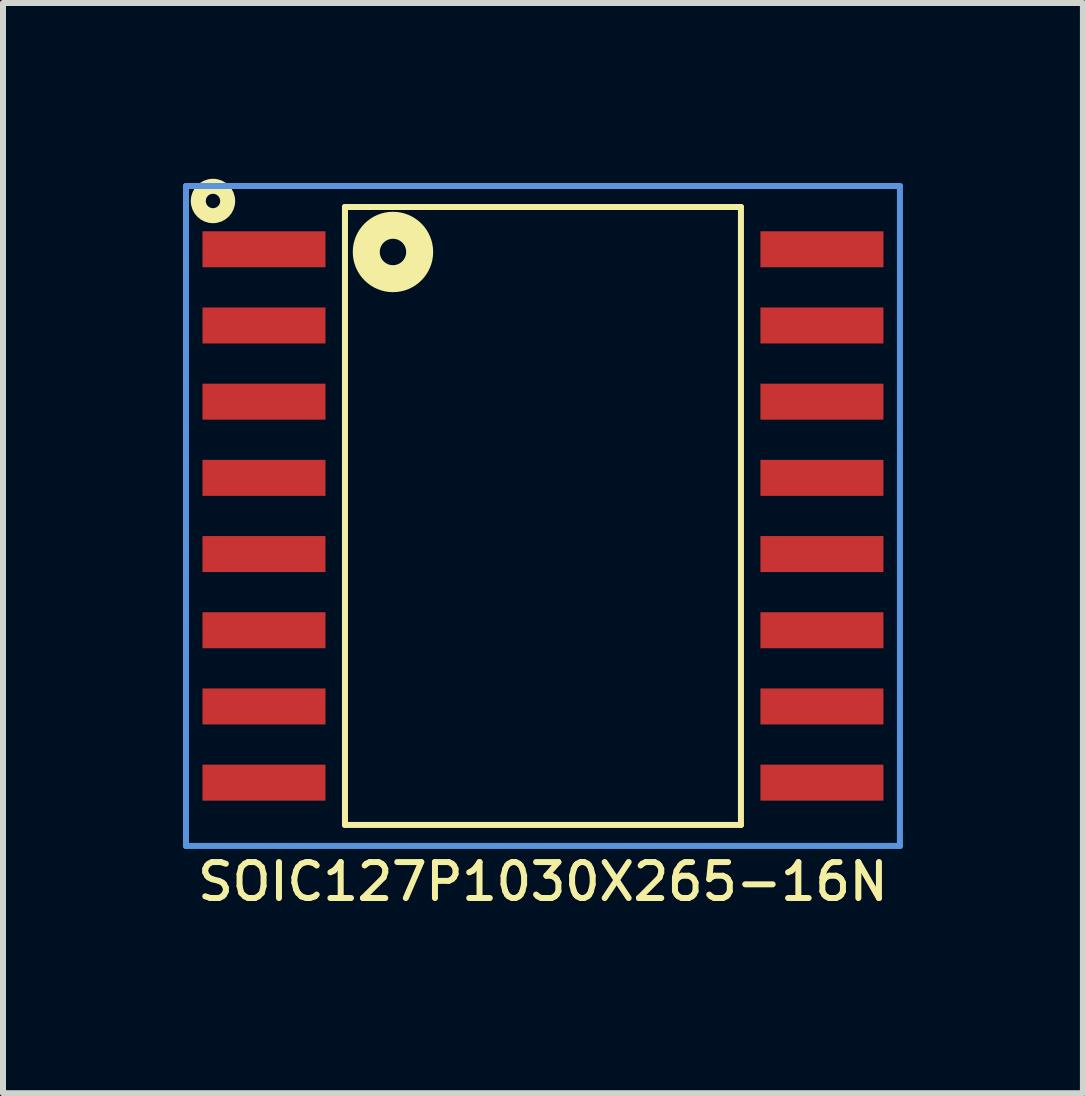
<source format=kicad_pcb>
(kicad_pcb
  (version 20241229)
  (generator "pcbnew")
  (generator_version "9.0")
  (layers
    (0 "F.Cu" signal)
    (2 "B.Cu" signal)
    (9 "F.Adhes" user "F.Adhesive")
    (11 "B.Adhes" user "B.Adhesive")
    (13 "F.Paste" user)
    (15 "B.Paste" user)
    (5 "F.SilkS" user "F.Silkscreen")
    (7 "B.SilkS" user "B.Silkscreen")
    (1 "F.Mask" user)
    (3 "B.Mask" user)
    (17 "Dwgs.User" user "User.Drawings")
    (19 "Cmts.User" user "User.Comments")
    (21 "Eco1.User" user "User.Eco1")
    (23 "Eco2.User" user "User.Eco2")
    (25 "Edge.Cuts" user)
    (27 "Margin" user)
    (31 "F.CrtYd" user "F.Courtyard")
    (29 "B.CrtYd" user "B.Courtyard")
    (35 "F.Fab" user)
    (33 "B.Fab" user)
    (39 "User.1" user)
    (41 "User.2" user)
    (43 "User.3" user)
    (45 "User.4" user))
  (footprint "SOIC127P1030X265-16N"
    (layer "F.Cu")
    (at 6 5.55)
    (property "Reference" "SOIC127P1030X265-16N" (at 0 6.096 0) (layer "F.SilkS") (effects (font (size 0.6 0.6) (thickness 0.1))))
    (attr through_hole)
    (fp_line (start -3.3 -5.15) (end 3.3 -5.15) (stroke (width 0.1) (type solid)) (layer "F.SilkS"))
    (fp_line (start -3.3 5.15) (end -3.3 -5.15) (stroke (width 0.1) (type solid)) (layer "F.SilkS"))
    (fp_line (start 3.3 -5.15) (end 3.3 5.15) (stroke (width 0.1) (type solid)) (layer "F.SilkS"))
    (fp_line (start 3.3 5.15) (end -3.3 5.15) (stroke (width 0.1) (type solid)) (layer "F.SilkS"))
    (fp_circle (center -5.5 -5.25) (end -5.38 -5.25) (stroke (width 0.25) (type solid)) (fill no) (layer "F.SilkS"))
    (fp_circle (center -2.5 -4.4) (end -2.28 -4.4) (stroke (width 0.45) (type solid)) (fill no) (layer "F.SilkS"))
    (fp_line (start -5.95 -5.5) (end 5.95 -5.5) (stroke (width 0.1) (type solid)) (layer "Cmts.User"))
    (fp_line (start -5.95 5.5) (end -5.95 -5.5) (stroke (width 0.1) (type solid)) (layer "Cmts.User"))
    (fp_line (start 5.95 -5.5) (end 5.95 5.5) (stroke (width 0.1) (type solid)) (layer "Cmts.User"))
    (fp_line (start 5.95 5.5) (end -5.95 5.5) (stroke (width 0.1) (type solid)) (layer "Cmts.User"))
    (pad "1" smd rect (at -4.65 -4.445) (size 2.05 0.6) (layers "F.Cu" "F.Mask" "F.Paste"))
    (pad "2" smd rect (at -4.65 -3.175) (size 2.05 0.6) (layers "F.Cu" "F.Mask" "F.Paste"))
    (pad "3" smd rect (at -4.65 -1.905) (size 2.05 0.6) (layers "F.Cu" "F.Mask" "F.Paste"))
    (pad "4" smd rect (at -4.65 -0.635) (size 2.05 0.6) (layers "F.Cu" "F.Mask" "F.Paste"))
    (pad "5" smd rect (at -4.65 0.635) (size 2.05 0.6) (layers "F.Cu" "F.Mask" "F.Paste"))
    (pad "6" smd rect (at -4.65 1.905) (size 2.05 0.6) (layers "F.Cu" "F.Mask" "F.Paste"))
    (pad "7" smd rect (at -4.65 3.175) (size 2.05 0.6) (layers "F.Cu" "F.Mask" "F.Paste"))
    (pad "8" smd rect (at -4.65 4.445) (size 2.05 0.6) (layers "F.Cu" "F.Mask" "F.Paste"))
    (pad "9" smd rect (at 4.65 4.445) (size 2.05 0.6) (layers "F.Cu" "F.Mask" "F.Paste"))
    (pad "10" smd rect (at 4.65 3.175) (size 2.05 0.6) (layers "F.Cu" "F.Mask" "F.Paste"))
    (pad "11" smd rect (at 4.65 1.905) (size 2.05 0.6) (layers "F.Cu" "F.Mask" "F.Paste"))
    (pad "12" smd rect (at 4.65 0.635) (size 2.05 0.6) (layers "F.Cu" "F.Mask" "F.Paste"))
    (pad "13" smd rect (at 4.65 -0.635) (size 2.05 0.6) (layers "F.Cu" "F.Mask" "F.Paste"))
    (pad "14" smd rect (at 4.65 -1.905) (size 2.05 0.6) (layers "F.Cu" "F.Mask" "F.Paste"))
    (pad "15" smd rect (at 4.65 -3.175) (size 2.05 0.6) (layers "F.Cu" "F.Mask" "F.Paste"))
    (pad "16" smd rect (at 4.65 -4.445) (size 2.05 0.6) (layers "F.Cu" "F.Mask" "F.Paste")))
  (gr_rect
    (start -3 -3)
    (end 15 15.172)
    (stroke (width 0.1) (type default))
    (fill no)
    (layer "Edge.Cuts")))
</source>
